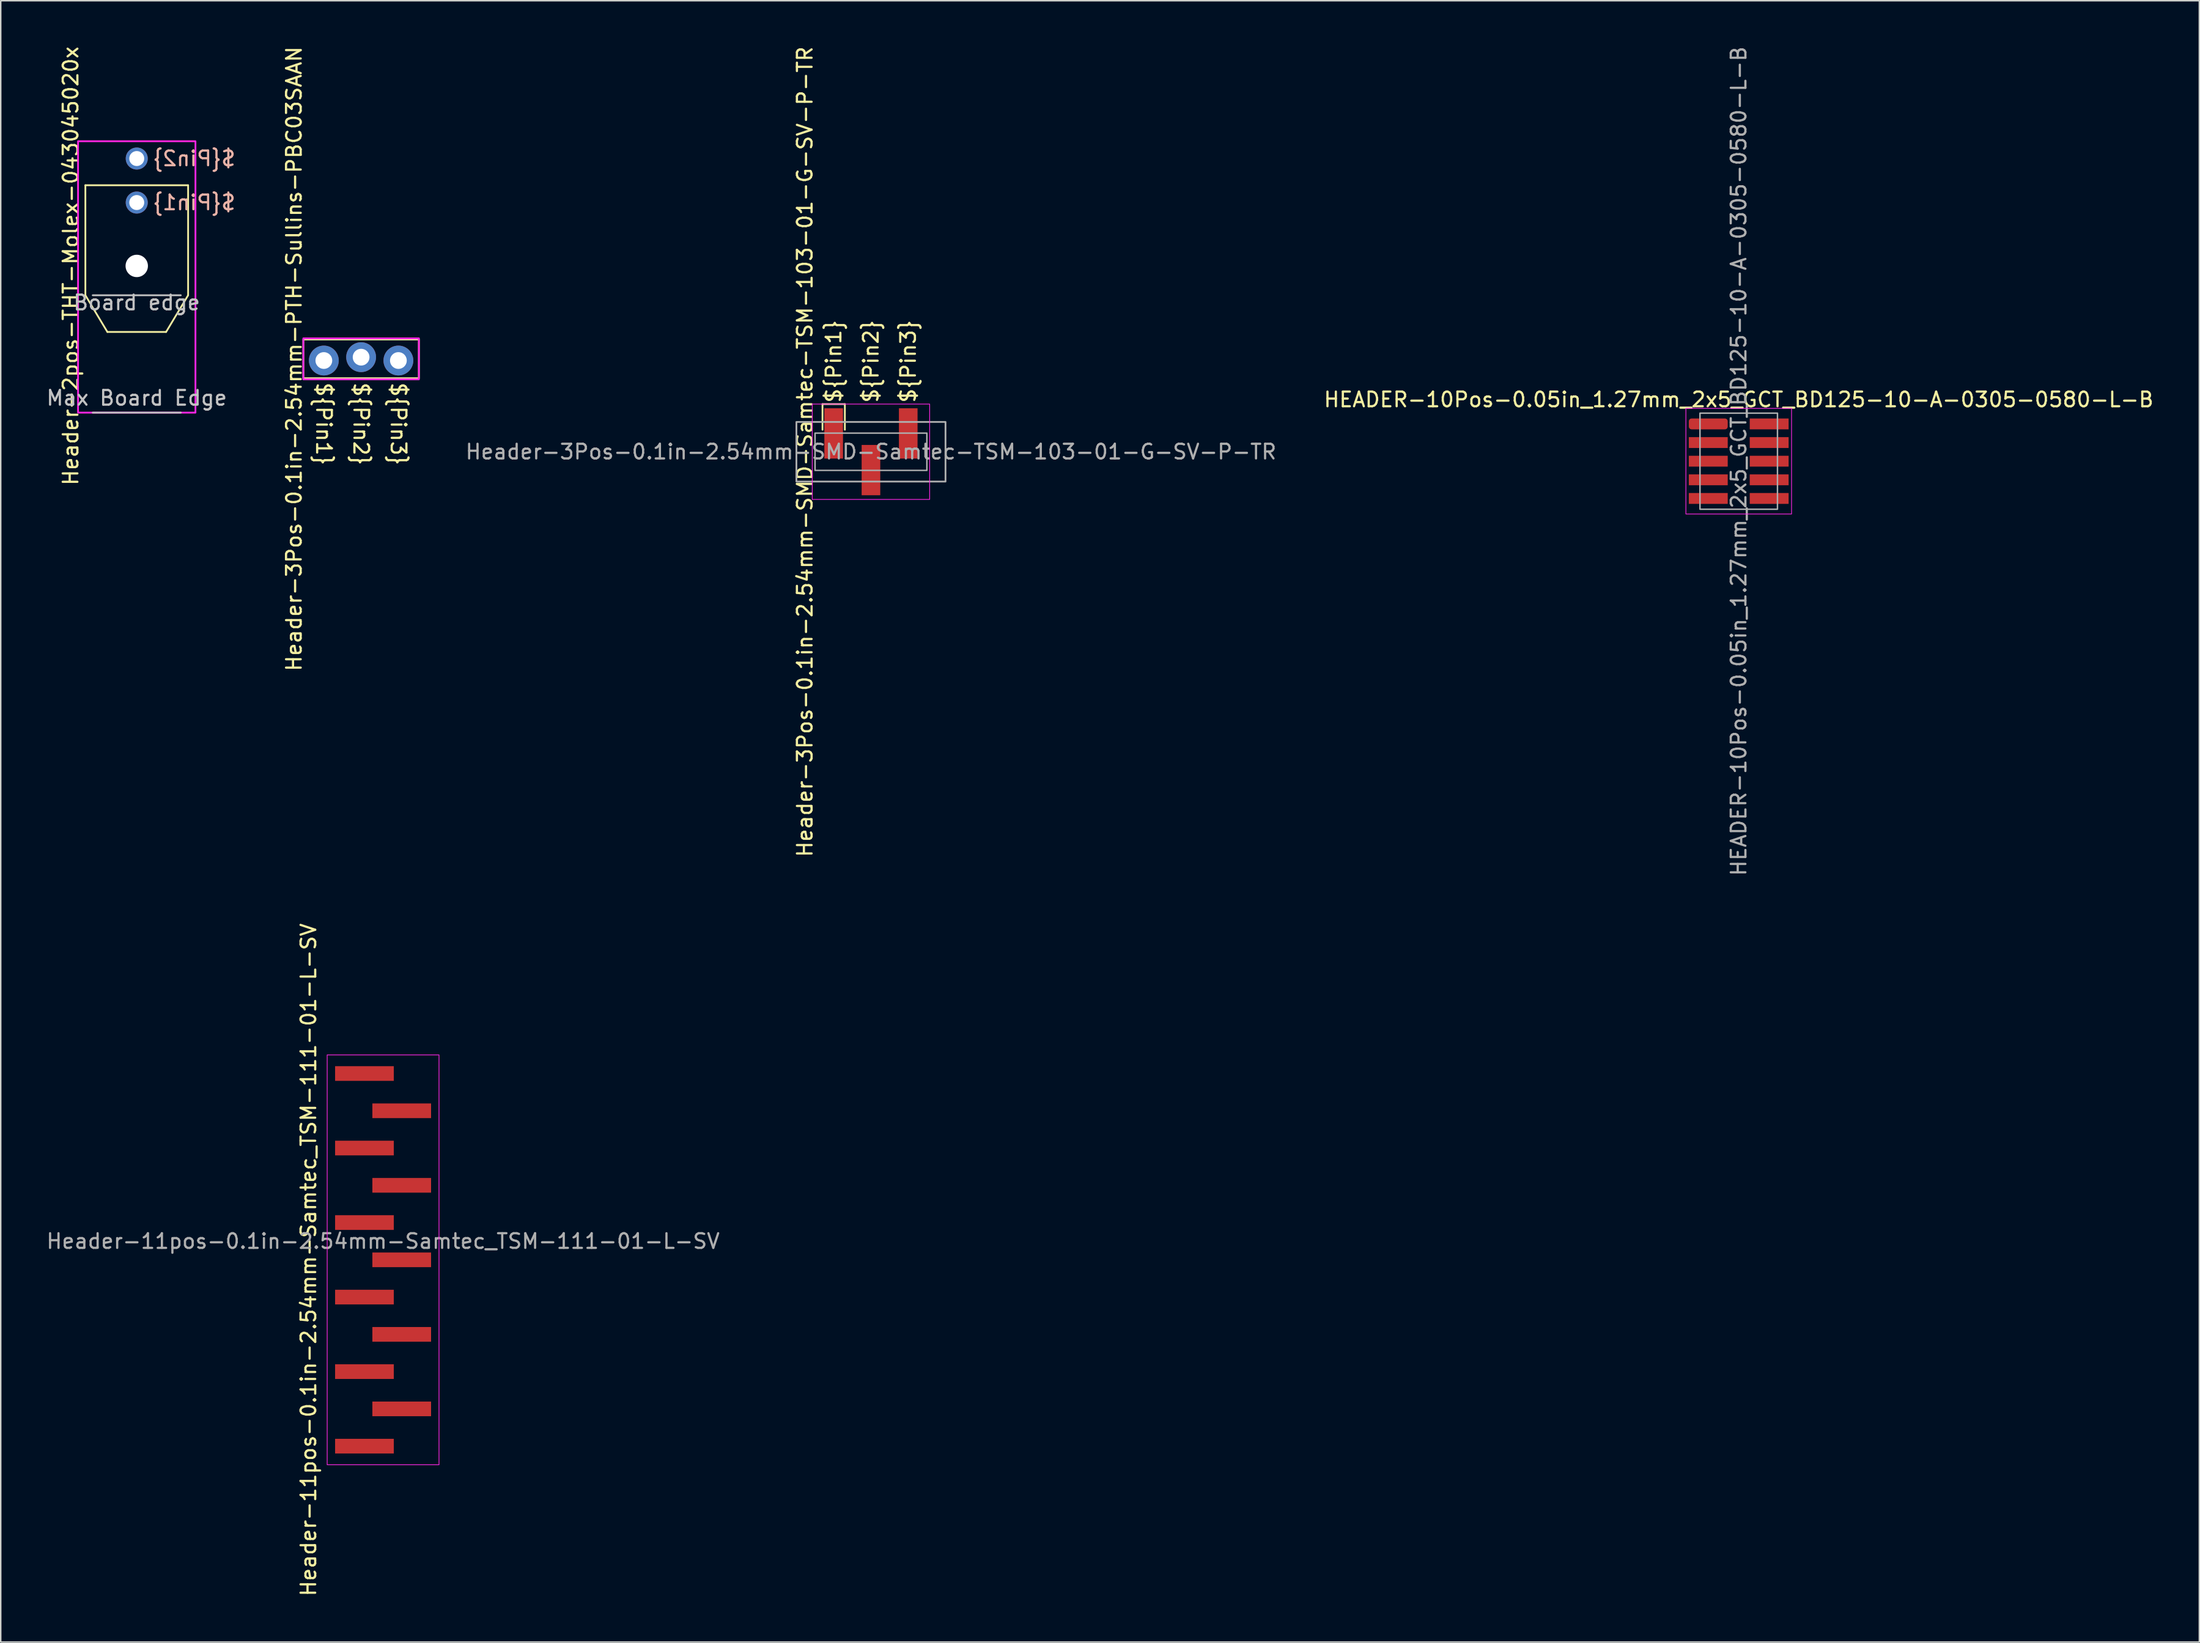
<source format=kicad_pcb>
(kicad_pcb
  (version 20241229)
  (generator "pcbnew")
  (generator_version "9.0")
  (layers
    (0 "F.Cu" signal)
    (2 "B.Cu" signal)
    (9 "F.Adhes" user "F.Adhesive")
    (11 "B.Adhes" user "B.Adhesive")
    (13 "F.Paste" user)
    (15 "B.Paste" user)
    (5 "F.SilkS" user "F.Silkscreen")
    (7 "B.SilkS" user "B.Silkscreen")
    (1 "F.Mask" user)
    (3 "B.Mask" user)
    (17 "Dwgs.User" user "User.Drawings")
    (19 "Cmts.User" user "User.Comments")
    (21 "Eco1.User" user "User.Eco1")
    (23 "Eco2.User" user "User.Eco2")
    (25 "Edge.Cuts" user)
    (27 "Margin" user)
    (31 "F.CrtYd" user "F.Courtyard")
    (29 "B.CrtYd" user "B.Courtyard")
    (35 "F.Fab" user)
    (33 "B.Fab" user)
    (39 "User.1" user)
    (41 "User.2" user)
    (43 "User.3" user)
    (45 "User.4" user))
  (footprint "Header-3Pos-0.1in-2.54mm-SMD-Samtec-TSM-103-01-G-SV-P-TR"
    (layer "F.Cu")
    (at 56.298 27.744)
    (property "Reference" "Header-3Pos-0.1in-2.54mm-SMD-Samtec-TSM-103-01-G-SV-P-TR" (at -4.5 0 90) (unlocked yes) (layer "F.SilkS") (effects (font (size 1 1) (thickness 0.15))))
    (attr smd)
    (fp_line (start -3.302 -3.25) (end -3.302 -1.5) (stroke (width 0.12) (type solid)) (layer "F.SilkS"))
    (fp_line (start -3.302 -3.25) (end -1.778 -3.25) (stroke (width 0.12) (type solid)) (layer "F.SilkS"))
    (fp_line (start -1.778 -3.25) (end -1.778 -1.5) (stroke (width 0.12) (type solid)) (layer "F.SilkS"))
    (fp_rect (start -4 -3.25) (end 4 3.25) (stroke (width 0.05) (type solid)) (fill no) (layer "F.CrtYd"))
    (fp_rect (start -5.08 -2.032) (end 5.08 2.032) (stroke (width 0.12) (type solid)) (fill no) (layer "F.Fab"))
    (fp_rect (start -3.81 -1.27) (end 3.81 1.27) (stroke (width 0.1) (type solid)) (fill no) (layer "F.Fab"))
    (fp_text user "${Pin3}" (at 2.54 -3.25 90) (unlocked yes) (layer "F.SilkS") (effects (font (size 1 1) (thickness 0.15)) (justify left)))
    (fp_text user "${Pin1}" (at -2.54 -3.25 90) (unlocked yes) (layer "F.SilkS") (effects (font (size 1 1) (thickness 0.15)) (justify left)))
    (fp_text user "${Pin2}" (at 0 -3.25 90) (unlocked yes) (layer "F.SilkS") (effects (font (size 1 1) (thickness 0.15)) (justify left)))
    (fp_text user "${REFERENCE}" (at 0 0 0) (unlocked yes) (layer "F.Fab") (effects (font (size 1 1) (thickness 0.15))))
    (pad "1" smd rect (at -2.54 -1.25) (size 1.27 3.43) (layers "F.Cu" "F.Mask" "F.Paste"))
    (pad "2" smd rect (at 0 1.25) (size 1.27 3.43) (layers "F.Cu" "F.Mask" "F.Paste"))
    (pad "3" smd rect (at 2.54 -1.25) (size 1.27 3.43) (layers "F.Cu" "F.Mask" "F.Paste")))
  (footprint "Header-2pos-THT-Molex-043045020x"
    (layer "F.Cu")
    (at 6.268 15.077)
    (property "Reference" "Header-2pos-THT-Molex-043045020x" (at -4.5 0 90) (unlocked yes) (layer "F.SilkS") (effects (font (size 1 1) (thickness 0.15))))
    (attr through_hole)
    (fp_line (start -3.5 -5.5) (end -3.5 2) (stroke (width 0.12) (type solid)) (layer "F.SilkS"))
    (fp_line (start -3.5 2) (end -2 4.5) (stroke (width 0.12) (type solid)) (layer "F.SilkS"))
    (fp_line (start -2 4.5) (end 2 4.5) (stroke (width 0.12) (type solid)) (layer "F.SilkS"))
    (fp_line (start 3.5 -5.5) (end -3.5 -5.5) (stroke (width 0.12) (type solid)) (layer "F.SilkS"))
    (fp_line (start 3.5 2) (end 2 4.5) (stroke (width 0.12) (type solid)) (layer "F.SilkS"))
    (fp_line (start 3.5 2) (end 3.5 -5.5) (stroke (width 0.12) (type solid)) (layer "F.SilkS"))
    (fp_line (start 3 2) (end -3 2) (stroke (width 0.12) (type solid)) (layer "Dwgs.User"))
    (fp_line (start 3 10) (end -3 10) (stroke (width 0.12) (type solid)) (layer "Dwgs.User"))
    (fp_rect (start -4 -8.5) (end 4 10) (stroke (width 0.12) (type solid)) (fill no) (layer "F.CrtYd"))
    (fp_text user "${Pin1}" (at 1 -4.32 0) (unlocked yes) (layer "B.SilkS") (effects (font (size 1 1) (thickness 0.15)) (justify right mirror)))
    (fp_text user "${Pin2}" (at 1 -7.32 0) (unlocked yes) (layer "B.SilkS") (effects (font (size 1 1) (thickness 0.15)) (justify right mirror)))
    (fp_text user "Max Board Edge" (at 0 9 0) (unlocked yes) (layer "Dwgs.User") (effects (font (size 1 1) (thickness 0.15))))
    (fp_text user "Board edge" (at 0 2.5 0) (unlocked yes) (layer "Dwgs.User") (effects (font (size 1 1) (thickness 0.15))))
    (pad "" np_thru_hole circle (at 0 0) (size 1.524 1.524) (drill 3) (layers "*.Cu" "*.Mask"))
    (pad "1" thru_hole circle (at 0 -4.32) (size 1.5 1.5) (drill 1.02) (layers "*.Cu" "*.Mask"))
    (pad "2" thru_hole circle (at 0 -7.32) (size 1.5 1.5) (drill 1.02) (layers "*.Cu" "*.Mask")))
  (footprint "HEADER-10Pos-0.05in_1.27mm_2x5_GCT_BD125-10-A-0305-0580-L-B"
    (layer "F.Cu")
    (at 115.429 28.387)
    (property "Reference" "HEADER-10Pos-0.05in_1.27mm_2x5_GCT_BD125-10-A-0305-0580-L-B" (at 0 -4.2 0) (unlocked yes) (layer "F.SilkS") (effects (font (size 1 1) (thickness 0.15))))
    (attr smd)
    (fp_rect (start -3.6 -3.6) (end 3.6 3.6) (stroke (width 0.05) (type default)) (fill no) (layer "F.CrtYd"))
    (fp_rect (start -2.64 -3.275) (end 2.64 3.275) (stroke (width 0.1) (type default)) (fill no) (layer "F.Fab"))
    (fp_text user "${REFERENCE}" (at 0 0 90) (unlocked yes) (layer "F.Fab") (effects (font (size 1 1) (thickness 0.15))))
    (pad "1" smd roundrect (at -2.075 -2.54) (size 2.65 0.74) (layers "F.Cu" "F.Mask" "F.Paste") (roundrect_rratio 0.25))
    (pad "2" smd rect (at 2.075 -2.54) (size 2.65 0.74) (layers "F.Cu" "F.Mask" "F.Paste"))
    (pad "3" smd rect (at -2.075 -1.27) (size 2.65 0.74) (layers "F.Cu" "F.Mask" "F.Paste"))
    (pad "4" smd rect (at 2.075 -1.27) (size 2.65 0.74) (layers "F.Cu" "F.Mask" "F.Paste"))
    (pad "5" smd rect (at -2.075 0) (size 2.65 0.74) (layers "F.Cu" "F.Mask" "F.Paste"))
    (pad "6" smd rect (at 2.075 0) (size 2.65 0.74) (layers "F.Cu" "F.Mask" "F.Paste"))
    (pad "7" smd rect (at -2.075 1.27) (size 2.65 0.74) (layers "F.Cu" "F.Mask" "F.Paste"))
    (pad "8" smd rect (at 2.075 1.27) (size 2.65 0.74) (layers "F.Cu" "F.Mask" "F.Paste"))
    (pad "9" smd rect (at -2.075 2.54) (size 2.65 0.74) (layers "F.Cu" "F.Mask" "F.Paste"))
    (pad "10" smd rect (at 2.075 2.54) (size 2.65 0.74) (layers "F.Cu" "F.Mask" "F.Paste")))
  (footprint "Header-11pos-0.1in-2.54mm-Samtec_TSM-111-01-L-SV"
    (layer "F.Cu")
    (at 23.054 82.827)
    (property "Reference" "Header-11pos-0.1in-2.54mm-Samtec_TSM-111-01-L-SV" (at -5.08 0 90) (unlocked yes) (layer "F.SilkS") (effects (font (size 1 1) (thickness 0.15))))
    (attr smd)
    (fp_rect (start -3.81 -13.97) (end 3.81 13.97) (stroke (width 0.05) (type solid)) (fill no) (layer "F.CrtYd"))
    (fp_text user "${REFERENCE}" (at 0 -1.27 0) (unlocked yes) (layer "F.Fab") (effects (font (size 1 1) (thickness 0.15))))
    (pad "1" smd rect (at -1.27 -12.7) (size 4 1) (layers "F.Cu" "F.Mask" "F.Paste"))
    (pad "2" smd rect (at 1.27 -10.16) (size 4 1) (layers "F.Cu" "F.Mask" "F.Paste"))
    (pad "3" smd rect (at -1.27 -7.62) (size 4 1) (layers "F.Cu" "F.Mask" "F.Paste"))
    (pad "4" smd rect (at 1.27 -5.08) (size 4 1) (layers "F.Cu" "F.Mask" "F.Paste"))
    (pad "5" smd rect (at -1.27 -2.54) (size 4 1) (layers "F.Cu" "F.Mask" "F.Paste"))
    (pad "6" smd rect (at 1.27 0) (size 4 1) (layers "F.Cu" "F.Mask" "F.Paste"))
    (pad "7" smd rect (at -1.27 2.54) (size 4 1) (layers "F.Cu" "F.Mask" "F.Paste"))
    (pad "8" smd rect (at 1.27 5.08) (size 4 1) (layers "F.Cu" "F.Mask" "F.Paste"))
    (pad "9" smd rect (at -1.27 7.62) (size 4 1) (layers "F.Cu" "F.Mask" "F.Paste"))
    (pad "10" smd rect (at 1.27 10.16) (size 4 1) (layers "F.Cu" "F.Mask" "F.Paste"))
    (pad "11" smd rect (at -1.27 12.7) (size 4 1) (layers "F.Cu" "F.Mask" "F.Paste")))
  (footprint "Header-3Pos-0.1in-2.54mm-PTH-Sullins-PBC03SAAN"
    (layer "F.Cu")
    (at 21.557 21.411)
    (property "Reference" "Header-3Pos-0.1in-2.54mm-PTH-Sullins-PBC03SAAN" (at -4.572 0 90) (unlocked yes) (layer "F.SilkS") (effects (font (size 1 1) (thickness 0.15))))
    (attr smd)
    (fp_rect (start -3.937 -1.321) (end 3.937 1.321) (stroke (width 0.12) (type solid)) (fill no) (layer "F.SilkS"))
    (fp_rect (start -3.937 -1.397) (end 3.937 1.397) (stroke (width 0.12) (type solid)) (fill no) (layer "F.CrtYd"))
    (fp_text user "${Pin2}" (at 0 1.524 270) (unlocked yes) (layer "F.SilkS") (effects (font (size 1 1) (thickness 0.15)) (justify left)))
    (fp_text user "${Pin3}" (at 2.54 1.524 270) (unlocked yes) (layer "F.SilkS") (effects (font (size 1 1) (thickness 0.15)) (justify left)))
    (fp_text user "${Pin1}" (at -2.54 1.524 270) (unlocked yes) (layer "F.SilkS") (effects (font (size 1 1) (thickness 0.15)) (justify left)))
    (pad "1" thru_hole circle (at -2.54 0.114) (size 2.032 2.032) (drill 1.143) (layers "*.Cu" "*.Mask"))
    (pad "2" thru_hole circle (at 0 -0.114) (size 2.032 2.032) (drill 1.143) (layers "*.Cu" "*.Mask"))
    (pad "3" thru_hole circle (at 2.54 0.114) (size 2.032 2.032) (drill 1.143) (layers "*.Cu" "*.Mask")))
  (gr_rect
    (start -3 -3)
    (end 146.816 108.881)
    (stroke (width 0.1) (type default))
    (fill no)
    (layer "Edge.Cuts")))
</source>
